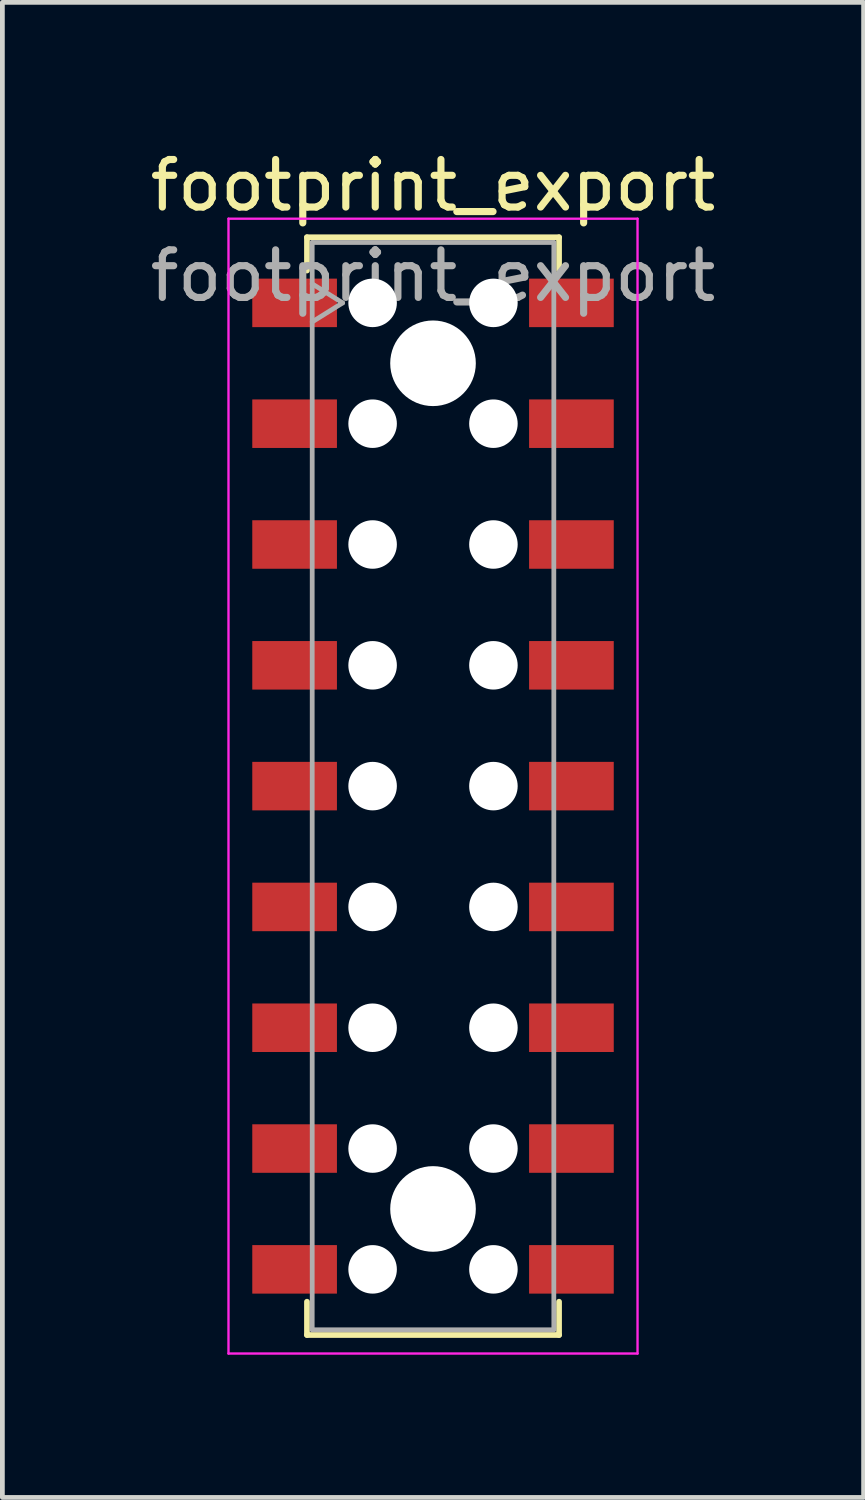
<source format=kicad_pcb>
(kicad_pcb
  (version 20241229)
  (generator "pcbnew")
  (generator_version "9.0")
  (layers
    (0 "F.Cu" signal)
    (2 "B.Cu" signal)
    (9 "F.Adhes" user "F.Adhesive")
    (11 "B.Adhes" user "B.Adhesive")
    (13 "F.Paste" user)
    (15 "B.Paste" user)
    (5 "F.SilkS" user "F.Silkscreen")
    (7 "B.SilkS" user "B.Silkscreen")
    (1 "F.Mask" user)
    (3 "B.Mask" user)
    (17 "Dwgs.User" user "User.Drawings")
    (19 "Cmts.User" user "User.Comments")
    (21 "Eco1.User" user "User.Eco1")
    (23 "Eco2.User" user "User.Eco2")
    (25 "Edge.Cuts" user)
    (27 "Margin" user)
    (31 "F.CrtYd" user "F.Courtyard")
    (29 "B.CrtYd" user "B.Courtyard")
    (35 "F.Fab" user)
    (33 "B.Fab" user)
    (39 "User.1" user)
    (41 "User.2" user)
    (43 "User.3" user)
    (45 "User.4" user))
  (footprint "footprint_export"
    (layer "F.Cu")
    (at 6.054 13.478)
    (property "Reference" "footprint_export" (at 0 -12.63 0) (layer "F.SilkS") (effects (font (size 1 1) (thickness 0.15))))
    (attr smd)
    (fp_line (start -2.65 -11.54) (end 2.65 -11.54) (stroke (width 0.12) (type solid)) (layer "F.SilkS"))
    (fp_line (start -2.65 -10.84) (end -2.65 -11.54) (stroke (width 0.12) (type solid)) (layer "F.SilkS"))
    (fp_line (start -2.65 10.84) (end -2.65 11.54) (stroke (width 0.12) (type solid)) (layer "F.SilkS"))
    (fp_line (start -2.65 11.54) (end 2.65 11.54) (stroke (width 0.12) (type solid)) (layer "F.SilkS"))
    (fp_line (start 2.65 -11.54) (end 2.65 -10.84) (stroke (width 0.12) (type solid)) (layer "F.SilkS"))
    (fp_line (start 2.65 11.54) (end 2.65 10.84) (stroke (width 0.12) (type solid)) (layer "F.SilkS"))
    (fp_line (start -4.3 -11.93) (end 4.3 -11.93) (stroke (width 0.05) (type solid)) (layer "F.CrtYd"))
    (fp_line (start -4.3 11.93) (end -4.3 -11.93) (stroke (width 0.05) (type solid)) (layer "F.CrtYd"))
    (fp_line (start 4.3 -11.93) (end 4.3 11.93) (stroke (width 0.05) (type solid)) (layer "F.CrtYd"))
    (fp_line (start 4.3 11.93) (end -4.3 11.93) (stroke (width 0.05) (type solid)) (layer "F.CrtYd"))
    (fp_line (start -2.54 -11.43) (end 2.54 -11.43) (stroke (width 0.1) (type solid)) (layer "F.Fab"))
    (fp_line (start -2.54 -10.56) (end -1.9 -10.16) (stroke (width 0.1) (type solid)) (layer "F.Fab"))
    (fp_line (start -2.54 11.43) (end -2.54 -11.43) (stroke (width 0.1) (type solid)) (layer "F.Fab"))
    (fp_line (start -1.9 -10.16) (end -2.54 -9.76) (stroke (width 0.1) (type solid)) (layer "F.Fab"))
    (fp_line (start 2.54 -11.43) (end 2.54 11.43) (stroke (width 0.1) (type solid)) (layer "F.Fab"))
    (fp_line (start 2.54 11.43) (end -2.54 11.43) (stroke (width 0.1) (type solid)) (layer "F.Fab"))
    (fp_text user "${REFERENCE}" (at 0 -10.73 0) (layer "F.Fab") (effects (font (size 1 1) (thickness 0.15))))
    (pad "" np_thru_hole circle (at -1.27 -10.16) (size 1.02 1.02) (drill 1.02) (layers "*.Cu" "*.Mask"))
    (pad "" np_thru_hole circle (at -1.27 -7.62) (size 1.02 1.02) (drill 1.02) (layers "*.Cu" "*.Mask"))
    (pad "" np_thru_hole circle (at -1.27 -5.08) (size 1.02 1.02) (drill 1.02) (layers "*.Cu" "*.Mask"))
    (pad "" np_thru_hole circle (at -1.27 -2.54) (size 1.02 1.02) (drill 1.02) (layers "*.Cu" "*.Mask"))
    (pad "" np_thru_hole circle (at -1.27 0) (size 1.02 1.02) (drill 1.02) (layers "*.Cu" "*.Mask"))
    (pad "" np_thru_hole circle (at -1.27 2.54) (size 1.02 1.02) (drill 1.02) (layers "*.Cu" "*.Mask"))
    (pad "" np_thru_hole circle (at -1.27 5.08) (size 1.02 1.02) (drill 1.02) (layers "*.Cu" "*.Mask"))
    (pad "" np_thru_hole circle (at -1.27 7.62) (size 1.02 1.02) (drill 1.02) (layers "*.Cu" "*.Mask"))
    (pad "" np_thru_hole circle (at -1.27 10.16) (size 1.02 1.02) (drill 1.02) (layers "*.Cu" "*.Mask"))
    (pad "" np_thru_hole circle (at 0 -8.89) (size 1.8 1.8) (drill 1.8) (layers "*.Cu" "*.Mask"))
    (pad "" np_thru_hole circle (at 0 8.89) (size 1.8 1.8) (drill 1.8) (layers "*.Cu" "*.Mask"))
    (pad "" np_thru_hole circle (at 1.27 -10.16) (size 1.02 1.02) (drill 1.02) (layers "*.Cu" "*.Mask"))
    (pad "" np_thru_hole circle (at 1.27 -7.62) (size 1.02 1.02) (drill 1.02) (layers "*.Cu" "*.Mask"))
    (pad "" np_thru_hole circle (at 1.27 -5.08) (size 1.02 1.02) (drill 1.02) (layers "*.Cu" "*.Mask"))
    (pad "" np_thru_hole circle (at 1.27 -2.54) (size 1.02 1.02) (drill 1.02) (layers "*.Cu" "*.Mask"))
    (pad "" np_thru_hole circle (at 1.27 0) (size 1.02 1.02) (drill 1.02) (layers "*.Cu" "*.Mask"))
    (pad "" np_thru_hole circle (at 1.27 2.54) (size 1.02 1.02) (drill 1.02) (layers "*.Cu" "*.Mask"))
    (pad "" np_thru_hole circle (at 1.27 5.08) (size 1.02 1.02) (drill 1.02) (layers "*.Cu" "*.Mask"))
    (pad "" np_thru_hole circle (at 1.27 7.62) (size 1.02 1.02) (drill 1.02) (layers "*.Cu" "*.Mask"))
    (pad "" np_thru_hole circle (at 1.27 10.16) (size 1.02 1.02) (drill 1.02) (layers "*.Cu" "*.Mask"))
    (pad "1" smd rect (at -2.91 -10.16) (size 1.78 1.02) (layers "F.Cu" "F.Mask" "F.Paste"))
    (pad "2" smd rect (at -2.91 -7.62) (size 1.78 1.02) (layers "F.Cu" "F.Mask" "F.Paste"))
    (pad "3" smd rect (at -2.91 -5.08) (size 1.78 1.02) (layers "F.Cu" "F.Mask" "F.Paste"))
    (pad "4" smd rect (at -2.91 -2.54) (size 1.78 1.02) (layers "F.Cu" "F.Mask" "F.Paste"))
    (pad "5" smd rect (at -2.91 0) (size 1.78 1.02) (layers "F.Cu" "F.Mask" "F.Paste"))
    (pad "6" smd rect (at -2.91 2.54) (size 1.78 1.02) (layers "F.Cu" "F.Mask" "F.Paste"))
    (pad "7" smd rect (at -2.91 5.08) (size 1.78 1.02) (layers "F.Cu" "F.Mask" "F.Paste"))
    (pad "8" smd rect (at -2.91 7.62) (size 1.78 1.02) (layers "F.Cu" "F.Mask" "F.Paste"))
    (pad "9" smd rect (at -2.91 10.16) (size 1.78 1.02) (layers "F.Cu" "F.Mask" "F.Paste"))
    (pad "10" smd rect (at 2.91 -10.16) (size 1.78 1.02) (layers "F.Cu" "F.Mask" "F.Paste"))
    (pad "11" smd rect (at 2.91 -7.62) (size 1.78 1.02) (layers "F.Cu" "F.Mask" "F.Paste"))
    (pad "12" smd rect (at 2.91 -5.08) (size 1.78 1.02) (layers "F.Cu" "F.Mask" "F.Paste"))
    (pad "13" smd rect (at 2.91 -2.54) (size 1.78 1.02) (layers "F.Cu" "F.Mask" "F.Paste"))
    (pad "14" smd rect (at 2.91 0) (size 1.78 1.02) (layers "F.Cu" "F.Mask" "F.Paste"))
    (pad "15" smd rect (at 2.91 2.54) (size 1.78 1.02) (layers "F.Cu" "F.Mask" "F.Paste"))
    (pad "16" smd rect (at 2.91 5.08) (size 1.78 1.02) (layers "F.Cu" "F.Mask" "F.Paste"))
    (pad "17" smd rect (at 2.91 7.62) (size 1.78 1.02) (layers "F.Cu" "F.Mask" "F.Paste"))
    (pad "18" smd rect (at 2.91 10.16) (size 1.78 1.02) (layers "F.Cu" "F.Mask" "F.Paste")))
  (gr_rect
    (start -3 -3)
    (end 15.107 28.433)
    (stroke (width 0.1) (type default))
    (fill no)
    (layer "Edge.Cuts")))
</source>
